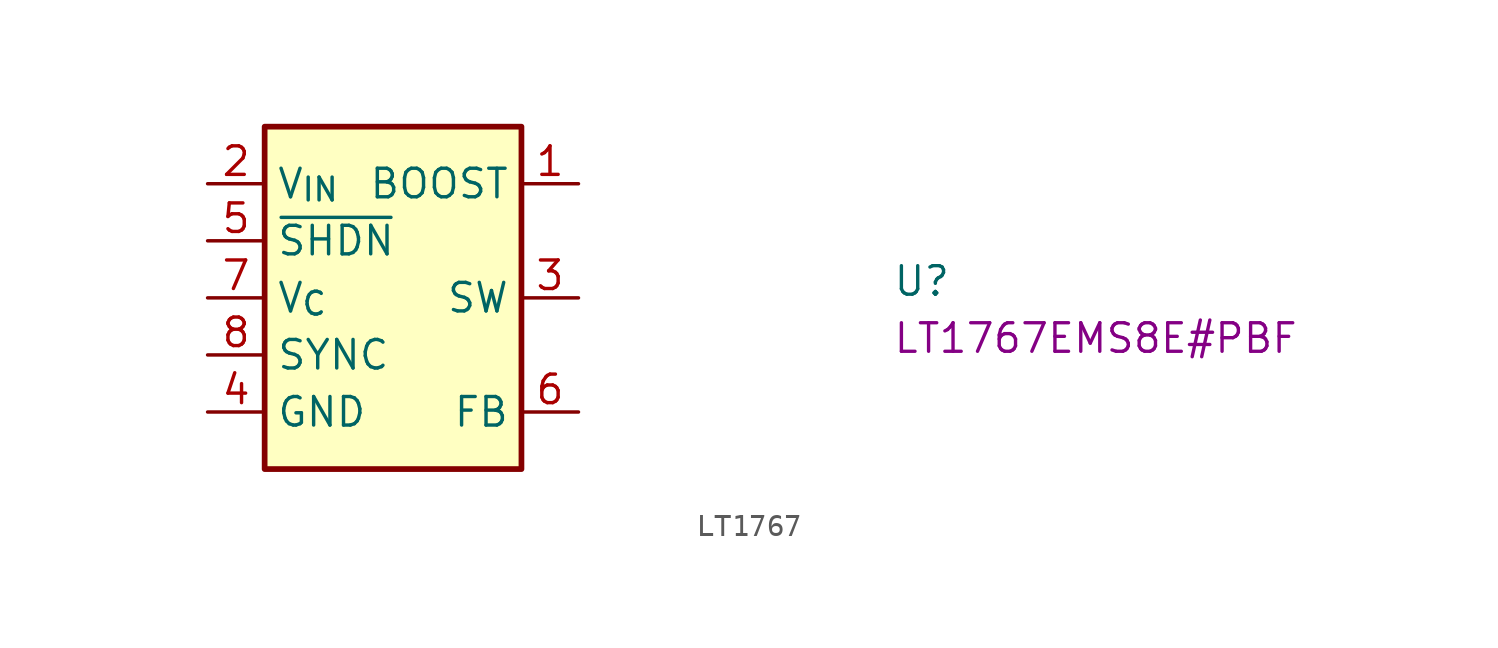
<source format=kicad_sym>
(kicad_symbol_lib
  (version 20220914)
  (generator kicad_symbol_editor)
  (symbol "LT1767"
    (property "Reference" "U"
      (at 30.48 -5.08 0)
      (effects (font (size 1.27 1.27) (thickness 0.15)) (justify left bottom)))
    (property "MPN" "LT1767EMS8E#PBF"
      (at 30.48 -7.62 0)
      (effects (font (size 1.27 1.27) (thickness 0.15)) (justify left bottom)))
    (symbol "LT1767_1_1"
      (rectangle (start 2.54 2.54) (end 13.97 -12.7) (stroke (width 0.254) (type default)) (fill (type background)))
      (pin input line (at 16.51 0 180) (length 2.54) (name "BOOST" (effects (font (size 1.27 1.27)))) (number "1" (effects (font (size 1.27 1.27)))))
      (pin power_in line (at 0 0 0) (length 2.54) (name "V_{IN}" (effects (font (size 1.27 1.27)))) (number "2" (effects (font (size 1.27 1.27)))))
      (pin power_out line (at 16.51 -5.08 180) (length 2.54) (name "SW" (effects (font (size 1.27 1.27)))) (number "3" (effects (font (size 1.27 1.27)))))
      (pin power_in line (at 0 -10.16 0) (length 2.54) (name "GND" (effects (font (size 1.27 1.27)))) (number "4" (effects (font (size 1.27 1.27)))))
      (pin input line (at 0 -2.54 0) (length 2.54) (name "~{SHDN}" (effects (font (size 1.27 1.27)))) (number "5" (effects (font (size 1.27 1.27)))))
      (pin input line (at 16.51 -10.16 180) (length 2.54) (name "FB" (effects (font (size 1.27 1.27)))) (number "6" (effects (font (size 1.27 1.27)))))
      (pin input line (at 0 -5.08 0) (length 2.54) (name "V_{C}" (effects (font (size 1.27 1.27)))) (number "7" (effects (font (size 1.27 1.27)))))
      (pin passive line (at 0 -7.62 0) (length 2.54) (name "SYNC" (effects (font (size 1.27 1.27)))) (number "8" (effects (font (size 1.27 1.27))))))))
</source>
